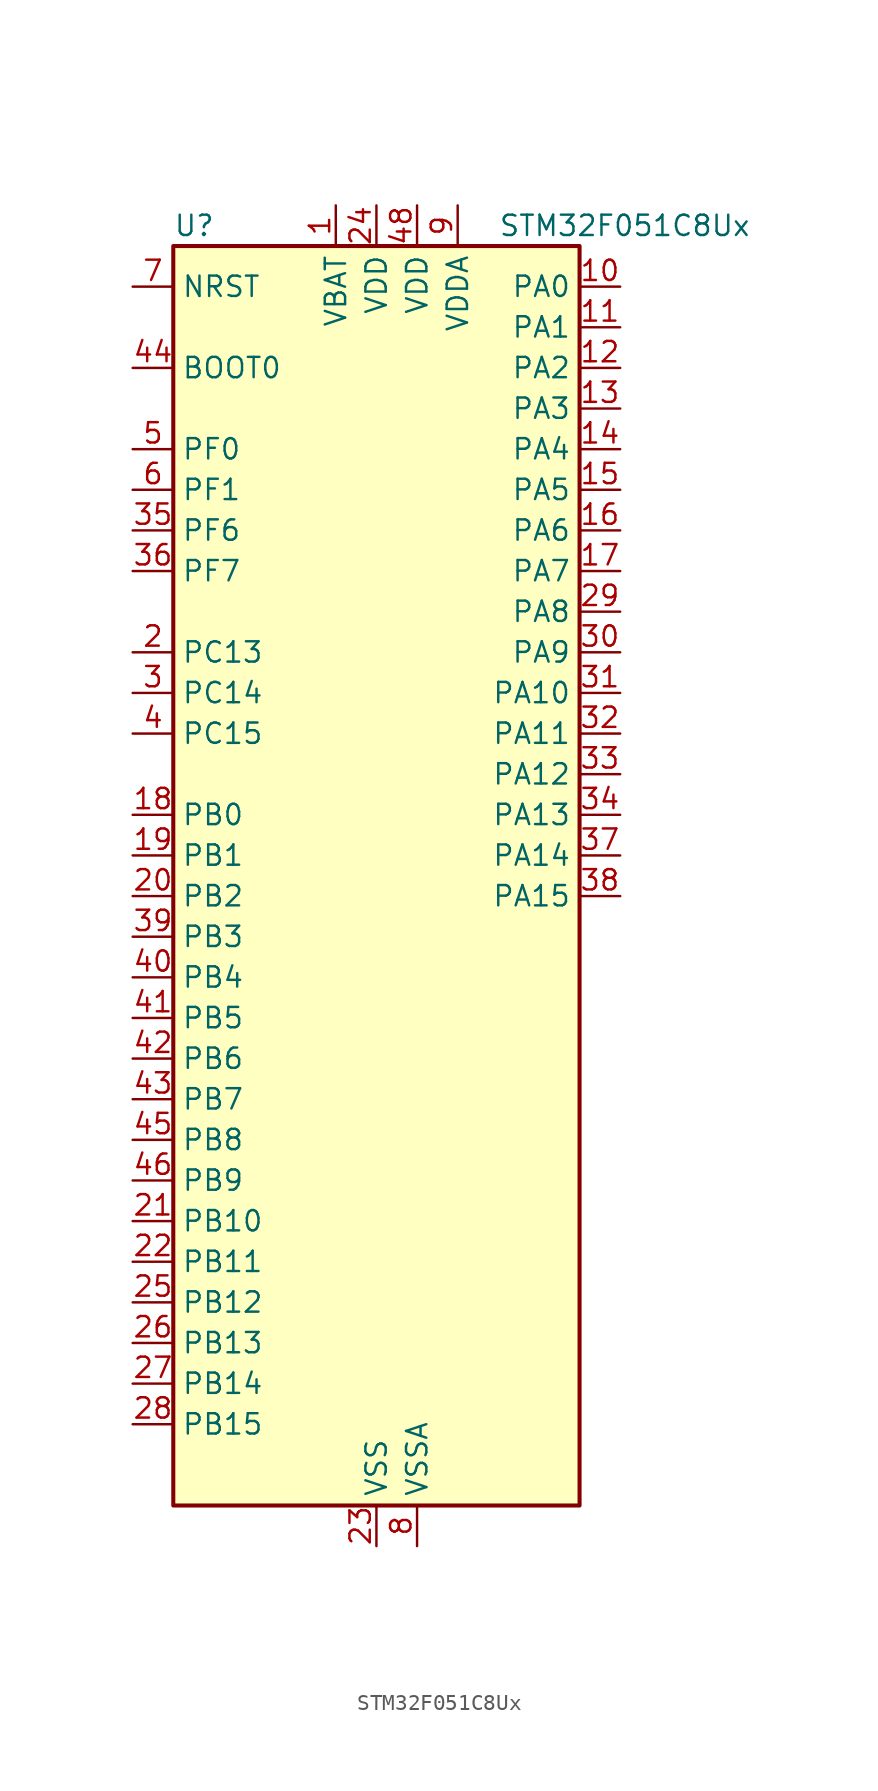
<source format=kicad_sym>
(kicad_symbol_lib
  (version 20220914)
  (generator kicad_symbol_editor)
  (symbol "STM32F051C8Ux"
    (property "Reference" "U"
      (at -12.7 41.91 0)
      (effects (font (size 1.27 1.27)) (justify left)))
    (property "Value" "STM32F051C8Ux"
      (at 7.62 41.91 0)
      (effects (font (size 1.27 1.27)) (justify left)))
    (property "ki_locked" ""
      (at 0 0 0)
      (effects (font (size 1.27 1.27))))
    (symbol "STM32F051C8Ux_0_1"
      (rectangle (start -12.7 -38.1) (end 12.7 40.64) (stroke (width 0.254) (type default)) (fill (type background))))
    (symbol "STM32F051C8Ux_1_1"
      (pin power_in line (at -2.54 43.18 270) (length 2.54) (name "VBAT" (effects (font (size 1.27 1.27)))) (number "1" (effects (font (size 1.27 1.27)))))
      (pin bidirectional line (at 15.24 38.1 180) (length 2.54) (name "PA0" (effects (font (size 1.27 1.27)))) (number "10" (effects (font (size 1.27 1.27)))) (alternate "ADC_IN0" bidirectional line) (alternate "COMP1_INM" bidirectional line) (alternate "COMP1_OUT" bidirectional line) (alternate "RTC_TAMP2" bidirectional line) (alternate "SYS_WKUP1" bidirectional line) (alternate "TIM2_CH1" bidirectional line) (alternate "TIM2_ETR" bidirectional line) (alternate "TSC_G1_IO1" bidirectional line) (alternate "USART2_CTS" bidirectional line))
      (pin bidirectional line (at 15.24 35.56 180) (length 2.54) (name "PA1" (effects (font (size 1.27 1.27)))) (number "11" (effects (font (size 1.27 1.27)))) (alternate "ADC_IN1" bidirectional line) (alternate "COMP1_INP" bidirectional line) (alternate "TIM2_CH2" bidirectional line) (alternate "TSC_G1_IO2" bidirectional line) (alternate "USART2_DE" bidirectional line) (alternate "USART2_RTS" bidirectional line))
      (pin bidirectional line (at 15.24 33.02 180) (length 2.54) (name "PA2" (effects (font (size 1.27 1.27)))) (number "12" (effects (font (size 1.27 1.27)))) (alternate "ADC_IN2" bidirectional line) (alternate "COMP2_INM" bidirectional line) (alternate "COMP2_OUT" bidirectional line) (alternate "TIM15_CH1" bidirectional line) (alternate "TIM2_CH3" bidirectional line) (alternate "TSC_G1_IO3" bidirectional line) (alternate "USART2_TX" bidirectional line))
      (pin bidirectional line (at 15.24 30.48 180) (length 2.54) (name "PA3" (effects (font (size 1.27 1.27)))) (number "13" (effects (font (size 1.27 1.27)))) (alternate "ADC_IN3" bidirectional line) (alternate "COMP2_INP" bidirectional line) (alternate "TIM15_CH2" bidirectional line) (alternate "TIM2_CH4" bidirectional line) (alternate "TSC_G1_IO4" bidirectional line) (alternate "USART2_RX" bidirectional line))
      (pin bidirectional line (at 15.24 27.94 180) (length 2.54) (name "PA4" (effects (font (size 1.27 1.27)))) (number "14" (effects (font (size 1.27 1.27)))) (alternate "ADC_IN4" bidirectional line) (alternate "COMP1_INM" bidirectional line) (alternate "COMP2_INM" bidirectional line) (alternate "DAC1_OUT1" bidirectional line) (alternate "I2S1_WS" bidirectional line) (alternate "SPI1_NSS" bidirectional line) (alternate "TIM14_CH1" bidirectional line) (alternate "TSC_G2_IO1" bidirectional line) (alternate "USART2_CK" bidirectional line))
      (pin bidirectional line (at 15.24 25.4 180) (length 2.54) (name "PA5" (effects (font (size 1.27 1.27)))) (number "15" (effects (font (size 1.27 1.27)))) (alternate "ADC_IN5" bidirectional line) (alternate "CEC" bidirectional line) (alternate "COMP1_INM" bidirectional line) (alternate "COMP2_INM" bidirectional line) (alternate "I2S1_CK" bidirectional line) (alternate "SPI1_SCK" bidirectional line) (alternate "TIM2_CH1" bidirectional line) (alternate "TIM2_ETR" bidirectional line) (alternate "TSC_G2_IO2" bidirectional line))
      (pin bidirectional line (at 15.24 22.86 180) (length 2.54) (name "PA6" (effects (font (size 1.27 1.27)))) (number "16" (effects (font (size 1.27 1.27)))) (alternate "ADC_IN6" bidirectional line) (alternate "COMP1_OUT" bidirectional line) (alternate "I2S1_MCK" bidirectional line) (alternate "SPI1_MISO" bidirectional line) (alternate "TIM16_CH1" bidirectional line) (alternate "TIM1_BKIN" bidirectional line) (alternate "TIM3_CH1" bidirectional line) (alternate "TSC_G2_IO3" bidirectional line))
      (pin bidirectional line (at 15.24 20.32 180) (length 2.54) (name "PA7" (effects (font (size 1.27 1.27)))) (number "17" (effects (font (size 1.27 1.27)))) (alternate "ADC_IN7" bidirectional line) (alternate "COMP2_OUT" bidirectional line) (alternate "I2S1_SD" bidirectional line) (alternate "SPI1_MOSI" bidirectional line) (alternate "TIM14_CH1" bidirectional line) (alternate "TIM17_CH1" bidirectional line) (alternate "TIM1_CH1N" bidirectional line) (alternate "TIM3_CH2" bidirectional line) (alternate "TSC_G2_IO4" bidirectional line))
      (pin bidirectional line (at -15.24 5.08 0) (length 2.54) (name "PB0" (effects (font (size 1.27 1.27)))) (number "18" (effects (font (size 1.27 1.27)))) (alternate "ADC_IN8" bidirectional line) (alternate "TIM1_CH2N" bidirectional line) (alternate "TIM3_CH3" bidirectional line) (alternate "TSC_G3_IO2" bidirectional line))
      (pin bidirectional line (at -15.24 2.54 0) (length 2.54) (name "PB1" (effects (font (size 1.27 1.27)))) (number "19" (effects (font (size 1.27 1.27)))) (alternate "ADC_IN9" bidirectional line) (alternate "TIM14_CH1" bidirectional line) (alternate "TIM1_CH3N" bidirectional line) (alternate "TIM3_CH4" bidirectional line) (alternate "TSC_G3_IO3" bidirectional line))
      (pin bidirectional line (at -15.24 15.24 0) (length 2.54) (name "PC13" (effects (font (size 1.27 1.27)))) (number "2" (effects (font (size 1.27 1.27)))) (alternate "RTC_OUT_ALARM" bidirectional line) (alternate "RTC_OUT_CALIB" bidirectional line) (alternate "RTC_TAMP1" bidirectional line) (alternate "RTC_TS" bidirectional line) (alternate "SYS_WKUP2" bidirectional line))
      (pin bidirectional line (at -15.24 0 0) (length 2.54) (name "PB2" (effects (font (size 1.27 1.27)))) (number "20" (effects (font (size 1.27 1.27)))) (alternate "TSC_G3_IO4" bidirectional line))
      (pin bidirectional line (at -15.24 -20.32 0) (length 2.54) (name "PB10" (effects (font (size 1.27 1.27)))) (number "21" (effects (font (size 1.27 1.27)))) (alternate "CEC" bidirectional line) (alternate "I2C2_SCL" bidirectional line) (alternate "TIM2_CH3" bidirectional line) (alternate "TSC_SYNC" bidirectional line))
      (pin bidirectional line (at -15.24 -22.86 0) (length 2.54) (name "PB11" (effects (font (size 1.27 1.27)))) (number "22" (effects (font (size 1.27 1.27)))) (alternate "I2C2_SDA" bidirectional line) (alternate "TIM2_CH4" bidirectional line) (alternate "TSC_G6_IO1" bidirectional line))
      (pin power_in line (at 0 -40.64 90) (length 2.54) (name "VSS" (effects (font (size 1.27 1.27)))) (number "23" (effects (font (size 1.27 1.27)))))
      (pin power_in line (at 0 43.18 270) (length 2.54) (name "VDD" (effects (font (size 1.27 1.27)))) (number "24" (effects (font (size 1.27 1.27)))))
      (pin bidirectional line (at -15.24 -25.4 0) (length 2.54) (name "PB12" (effects (font (size 1.27 1.27)))) (number "25" (effects (font (size 1.27 1.27)))) (alternate "SPI2_NSS" bidirectional line) (alternate "TIM1_BKIN" bidirectional line) (alternate "TSC_G6_IO2" bidirectional line))
      (pin bidirectional line (at -15.24 -27.94 0) (length 2.54) (name "PB13" (effects (font (size 1.27 1.27)))) (number "26" (effects (font (size 1.27 1.27)))) (alternate "SPI2_SCK" bidirectional line) (alternate "TIM1_CH1N" bidirectional line) (alternate "TSC_G6_IO3" bidirectional line))
      (pin bidirectional line (at -15.24 -30.48 0) (length 2.54) (name "PB14" (effects (font (size 1.27 1.27)))) (number "27" (effects (font (size 1.27 1.27)))) (alternate "SPI2_MISO" bidirectional line) (alternate "TIM15_CH1" bidirectional line) (alternate "TIM1_CH2N" bidirectional line) (alternate "TSC_G6_IO4" bidirectional line))
      (pin bidirectional line (at -15.24 -33.02 0) (length 2.54) (name "PB15" (effects (font (size 1.27 1.27)))) (number "28" (effects (font (size 1.27 1.27)))) (alternate "RTC_REFIN" bidirectional line) (alternate "SPI2_MOSI" bidirectional line) (alternate "TIM15_CH1N" bidirectional line) (alternate "TIM15_CH2" bidirectional line) (alternate "TIM1_CH3N" bidirectional line))
      (pin bidirectional line (at 15.24 17.78 180) (length 2.54) (name "PA8" (effects (font (size 1.27 1.27)))) (number "29" (effects (font (size 1.27 1.27)))) (alternate "RCC_MCO" bidirectional line) (alternate "TIM1_CH1" bidirectional line) (alternate "USART1_CK" bidirectional line))
      (pin bidirectional line (at -15.24 12.7 0) (length 2.54) (name "PC14" (effects (font (size 1.27 1.27)))) (number "3" (effects (font (size 1.27 1.27)))) (alternate "RCC_OSC32_IN" bidirectional line))
      (pin bidirectional line (at 15.24 15.24 180) (length 2.54) (name "PA9" (effects (font (size 1.27 1.27)))) (number "30" (effects (font (size 1.27 1.27)))) (alternate "DAC1_EXTI9" bidirectional line) (alternate "TIM15_BKIN" bidirectional line) (alternate "TIM1_CH2" bidirectional line) (alternate "TSC_G4_IO1" bidirectional line) (alternate "USART1_TX" bidirectional line))
      (pin bidirectional line (at 15.24 12.7 180) (length 2.54) (name "PA10" (effects (font (size 1.27 1.27)))) (number "31" (effects (font (size 1.27 1.27)))) (alternate "TIM17_BKIN" bidirectional line) (alternate "TIM1_CH3" bidirectional line) (alternate "TSC_G4_IO2" bidirectional line) (alternate "USART1_RX" bidirectional line))
      (pin bidirectional line (at 15.24 10.16 180) (length 2.54) (name "PA11" (effects (font (size 1.27 1.27)))) (number "32" (effects (font (size 1.27 1.27)))) (alternate "COMP1_OUT" bidirectional line) (alternate "TIM1_CH4" bidirectional line) (alternate "TSC_G4_IO3" bidirectional line) (alternate "USART1_CTS" bidirectional line))
      (pin bidirectional line (at 15.24 7.62 180) (length 2.54) (name "PA12" (effects (font (size 1.27 1.27)))) (number "33" (effects (font (size 1.27 1.27)))) (alternate "COMP2_OUT" bidirectional line) (alternate "TIM1_ETR" bidirectional line) (alternate "TSC_G4_IO4" bidirectional line) (alternate "USART1_DE" bidirectional line) (alternate "USART1_RTS" bidirectional line))
      (pin bidirectional line (at 15.24 5.08 180) (length 2.54) (name "PA13" (effects (font (size 1.27 1.27)))) (number "34" (effects (font (size 1.27 1.27)))) (alternate "IR_OUT" bidirectional line) (alternate "SYS_SWDIO" bidirectional line))
      (pin bidirectional line (at -15.24 22.86 0) (length 2.54) (name "PF6" (effects (font (size 1.27 1.27)))) (number "35" (effects (font (size 1.27 1.27)))) (alternate "I2C2_SCL" bidirectional line))
      (pin bidirectional line (at -15.24 20.32 0) (length 2.54) (name "PF7" (effects (font (size 1.27 1.27)))) (number "36" (effects (font (size 1.27 1.27)))) (alternate "I2C2_SDA" bidirectional line))
      (pin bidirectional line (at 15.24 2.54 180) (length 2.54) (name "PA14" (effects (font (size 1.27 1.27)))) (number "37" (effects (font (size 1.27 1.27)))) (alternate "SYS_SWCLK" bidirectional line) (alternate "USART2_TX" bidirectional line))
      (pin bidirectional line (at 15.24 0 180) (length 2.54) (name "PA15" (effects (font (size 1.27 1.27)))) (number "38" (effects (font (size 1.27 1.27)))) (alternate "I2S1_WS" bidirectional line) (alternate "SPI1_NSS" bidirectional line) (alternate "TIM2_CH1" bidirectional line) (alternate "TIM2_ETR" bidirectional line) (alternate "USART2_RX" bidirectional line))
      (pin bidirectional line (at -15.24 -2.54 0) (length 2.54) (name "PB3" (effects (font (size 1.27 1.27)))) (number "39" (effects (font (size 1.27 1.27)))) (alternate "I2S1_CK" bidirectional line) (alternate "SPI1_SCK" bidirectional line) (alternate "TIM2_CH2" bidirectional line) (alternate "TSC_G5_IO1" bidirectional line))
      (pin bidirectional line (at -15.24 10.16 0) (length 2.54) (name "PC15" (effects (font (size 1.27 1.27)))) (number "4" (effects (font (size 1.27 1.27)))) (alternate "RCC_OSC32_OUT" bidirectional line))
      (pin bidirectional line (at -15.24 -5.08 0) (length 2.54) (name "PB4" (effects (font (size 1.27 1.27)))) (number "40" (effects (font (size 1.27 1.27)))) (alternate "I2S1_MCK" bidirectional line) (alternate "SPI1_MISO" bidirectional line) (alternate "TIM3_CH1" bidirectional line) (alternate "TSC_G5_IO2" bidirectional line))
      (pin bidirectional line (at -15.24 -7.62 0) (length 2.54) (name "PB5" (effects (font (size 1.27 1.27)))) (number "41" (effects (font (size 1.27 1.27)))) (alternate "I2C1_SMBA" bidirectional line) (alternate "I2S1_SD" bidirectional line) (alternate "SPI1_MOSI" bidirectional line) (alternate "TIM16_BKIN" bidirectional line) (alternate "TIM3_CH2" bidirectional line))
      (pin bidirectional line (at -15.24 -10.16 0) (length 2.54) (name "PB6" (effects (font (size 1.27 1.27)))) (number "42" (effects (font (size 1.27 1.27)))) (alternate "I2C1_SCL" bidirectional line) (alternate "TIM16_CH1N" bidirectional line) (alternate "TSC_G5_IO3" bidirectional line) (alternate "USART1_TX" bidirectional line))
      (pin bidirectional line (at -15.24 -12.7 0) (length 2.54) (name "PB7" (effects (font (size 1.27 1.27)))) (number "43" (effects (font (size 1.27 1.27)))) (alternate "I2C1_SDA" bidirectional line) (alternate "TIM17_CH1N" bidirectional line) (alternate "TSC_G5_IO4" bidirectional line) (alternate "USART1_RX" bidirectional line))
      (pin input line (at -15.24 33.02 0) (length 2.54) (name "BOOT0" (effects (font (size 1.27 1.27)))) (number "44" (effects (font (size 1.27 1.27)))))
      (pin bidirectional line (at -15.24 -15.24 0) (length 2.54) (name "PB8" (effects (font (size 1.27 1.27)))) (number "45" (effects (font (size 1.27 1.27)))) (alternate "CEC" bidirectional line) (alternate "I2C1_SCL" bidirectional line) (alternate "TIM16_CH1" bidirectional line) (alternate "TSC_SYNC" bidirectional line))
      (pin bidirectional line (at -15.24 -17.78 0) (length 2.54) (name "PB9" (effects (font (size 1.27 1.27)))) (number "46" (effects (font (size 1.27 1.27)))) (alternate "DAC1_EXTI9" bidirectional line) (alternate "I2C1_SDA" bidirectional line) (alternate "IR_OUT" bidirectional line) (alternate "TIM17_CH1" bidirectional line))
      (pin passive line (at 0 -40.64 90) (length 2.54) hide (name "VSS" (effects (font (size 1.27 1.27)))) (number "47" (effects (font (size 1.27 1.27)))))
      (pin power_in line (at 2.54 43.18 270) (length 2.54) (name "VDD" (effects (font (size 1.27 1.27)))) (number "48" (effects (font (size 1.27 1.27)))))
      (pin passive line (at 0 -40.64 90) (length 2.54) hide (name "VSS" (effects (font (size 1.27 1.27)))) (number "49" (effects (font (size 1.27 1.27)))))
      (pin bidirectional line (at -15.24 27.94 0) (length 2.54) (name "PF0" (effects (font (size 1.27 1.27)))) (number "5" (effects (font (size 1.27 1.27)))) (alternate "RCC_OSC_IN" bidirectional line))
      (pin bidirectional line (at -15.24 25.4 0) (length 2.54) (name "PF1" (effects (font (size 1.27 1.27)))) (number "6" (effects (font (size 1.27 1.27)))) (alternate "RCC_OSC_OUT" bidirectional line))
      (pin input line (at -15.24 38.1 0) (length 2.54) (name "NRST" (effects (font (size 1.27 1.27)))) (number "7" (effects (font (size 1.27 1.27)))))
      (pin power_in line (at 2.54 -40.64 90) (length 2.54) (name "VSSA" (effects (font (size 1.27 1.27)))) (number "8" (effects (font (size 1.27 1.27)))))
      (pin power_in line (at 5.08 43.18 270) (length 2.54) (name "VDDA" (effects (font (size 1.27 1.27)))) (number "9" (effects (font (size 1.27 1.27))))))))
</source>
